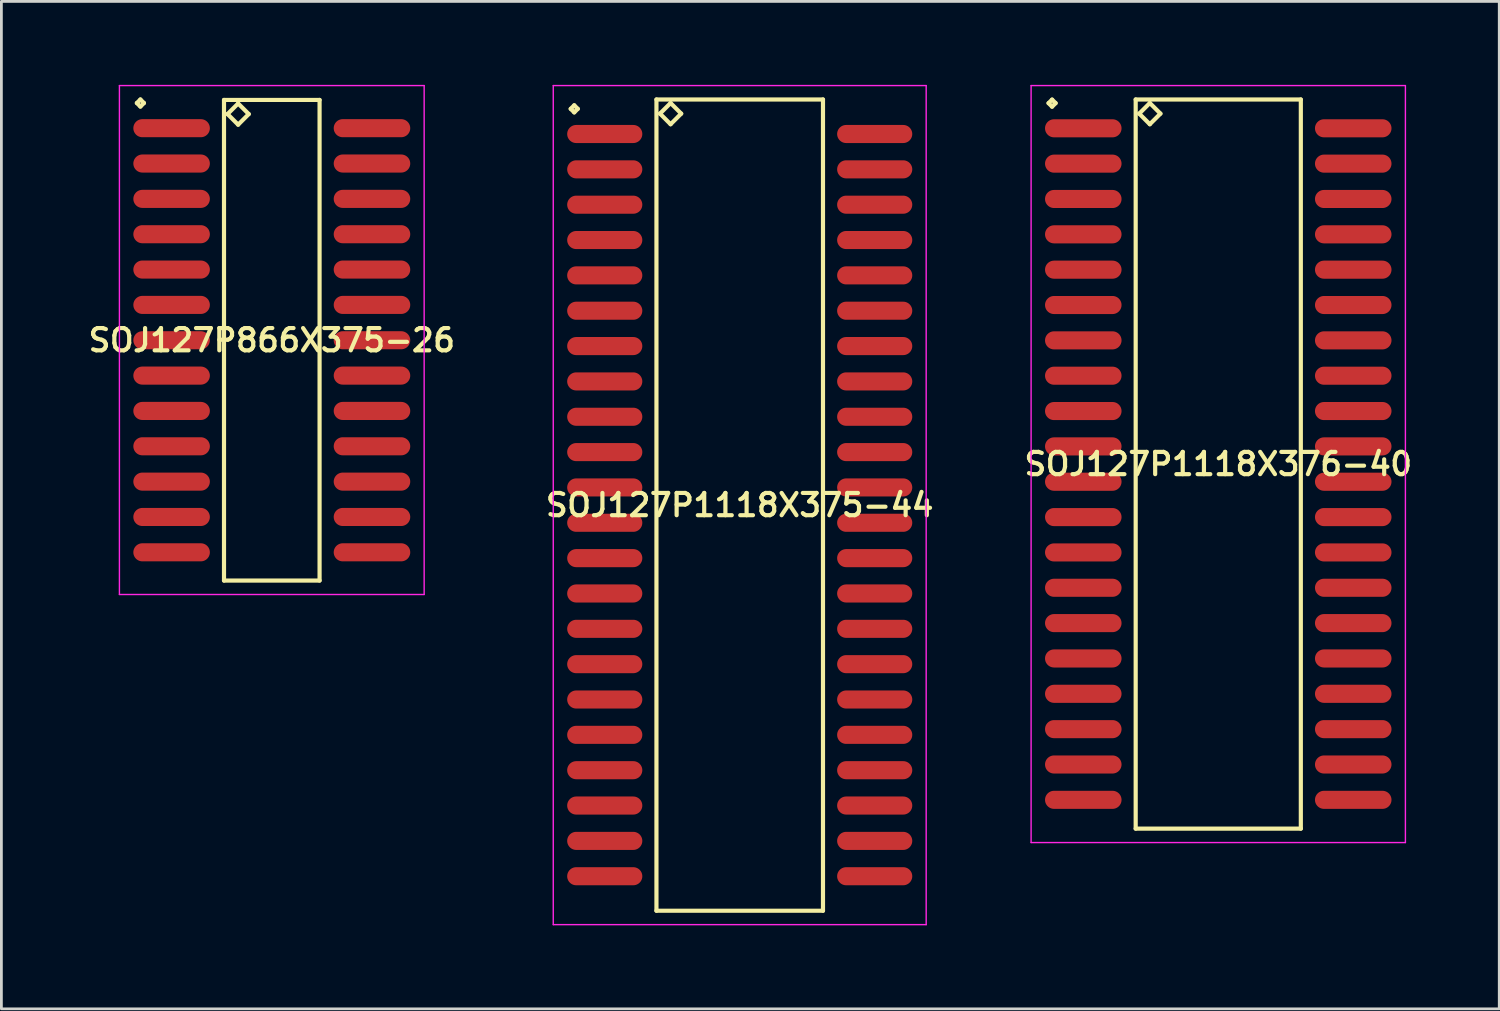
<source format=kicad_pcb>
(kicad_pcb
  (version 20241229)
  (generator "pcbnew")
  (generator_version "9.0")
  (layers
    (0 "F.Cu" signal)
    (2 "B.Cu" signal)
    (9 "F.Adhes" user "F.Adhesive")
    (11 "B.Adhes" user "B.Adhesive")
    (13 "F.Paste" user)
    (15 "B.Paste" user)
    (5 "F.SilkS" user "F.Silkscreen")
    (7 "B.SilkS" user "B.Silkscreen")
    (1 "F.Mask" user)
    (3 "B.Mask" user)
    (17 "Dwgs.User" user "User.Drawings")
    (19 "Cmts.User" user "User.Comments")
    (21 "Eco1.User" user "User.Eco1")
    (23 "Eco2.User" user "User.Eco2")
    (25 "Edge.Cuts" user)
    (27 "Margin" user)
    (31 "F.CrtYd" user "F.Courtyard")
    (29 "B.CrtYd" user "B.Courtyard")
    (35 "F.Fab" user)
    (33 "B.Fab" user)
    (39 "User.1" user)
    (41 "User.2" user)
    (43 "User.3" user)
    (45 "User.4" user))
  (footprint "SOJ127P866X375-26"
    (layer "F.Cu")
    (at 6.716 9.176)
    (property "Reference" "SOJ127P866X375-26" (at 0 0 0) (layer "F.SilkS") (effects (font (size 0.8 0.8) (thickness 0.15))))
    (attr smd)
    (fp_line (start -4.848 -8.524) (end -4.721 -8.651) (stroke (width 0.15) (type solid)) (layer "F.SilkS"))
    (fp_line (start -4.721 -8.651) (end -4.594 -8.524) (stroke (width 0.15) (type solid)) (layer "F.SilkS"))
    (fp_line (start -4.721 -8.397) (end -4.848 -8.524) (stroke (width 0.15) (type solid)) (layer "F.SilkS"))
    (fp_line (start -4.594 -8.524) (end -4.721 -8.397) (stroke (width 0.15) (type solid)) (layer "F.SilkS"))
    (fp_line (start -1.717 -8.635) (end -1.717 8.635) (stroke (width 0.15) (type solid)) (layer "F.SilkS"))
    (fp_line (start -1.717 8.635) (end 1.717 8.635) (stroke (width 0.15) (type solid)) (layer "F.SilkS"))
    (fp_line (start -1.59 -8.127) (end -1.209 -8.508) (stroke (width 0.15) (type solid)) (layer "F.SilkS"))
    (fp_line (start -1.209 -8.508) (end -0.828 -8.127) (stroke (width 0.15) (type solid)) (layer "F.SilkS"))
    (fp_line (start -1.209 -7.746) (end -1.59 -8.127) (stroke (width 0.15) (type solid)) (layer "F.SilkS"))
    (fp_line (start -0.828 -8.127) (end -1.209 -7.746) (stroke (width 0.15) (type solid)) (layer "F.SilkS"))
    (fp_line (start 1.717 -8.635) (end -1.717 -8.635) (stroke (width 0.15) (type solid)) (layer "F.SilkS"))
    (fp_line (start 1.717 8.635) (end 1.717 -8.635) (stroke (width 0.15) (type solid)) (layer "F.SilkS"))
    (fp_line (start -5.475 -9.151) (end 5.475 -9.151) (stroke (width 0.05) (type solid)) (layer "F.CrtYd"))
    (fp_line (start -5.475 9.135) (end -5.475 -9.151) (stroke (width 0.05) (type solid)) (layer "F.CrtYd"))
    (fp_line (start 5.475 -9.151) (end 5.475 9.135) (stroke (width 0.05) (type solid)) (layer "F.CrtYd"))
    (fp_line (start 5.475 9.135) (end -5.475 9.135) (stroke (width 0.05) (type solid)) (layer "F.CrtYd"))
    (pad "1" smd oval (at -3.6 -7.62) (size 2.75 0.65) (layers "F.Cu" "F.Mask" "F.Paste"))
    (pad "2" smd oval (at -3.6 -6.35) (size 2.75 0.65) (layers "F.Cu" "F.Mask" "F.Paste"))
    (pad "3" smd oval (at -3.6 -5.08) (size 2.75 0.65) (layers "F.Cu" "F.Mask" "F.Paste"))
    (pad "4" smd oval (at -3.6 -3.81) (size 2.75 0.65) (layers "F.Cu" "F.Mask" "F.Paste"))
    (pad "5" smd oval (at -3.6 -2.54) (size 2.75 0.65) (layers "F.Cu" "F.Mask" "F.Paste"))
    (pad "6" smd oval (at -3.6 -1.27) (size 2.75 0.65) (layers "F.Cu" "F.Mask" "F.Paste"))
    (pad "7" smd oval (at -3.6 0) (size 2.75 0.65) (layers "F.Cu" "F.Mask" "F.Paste"))
    (pad "8" smd oval (at -3.6 1.27) (size 2.75 0.65) (layers "F.Cu" "F.Mask" "F.Paste"))
    (pad "9" smd oval (at -3.6 2.54) (size 2.75 0.65) (layers "F.Cu" "F.Mask" "F.Paste"))
    (pad "10" smd oval (at -3.6 3.81) (size 2.75 0.65) (layers "F.Cu" "F.Mask" "F.Paste"))
    (pad "11" smd oval (at -3.6 5.08) (size 2.75 0.65) (layers "F.Cu" "F.Mask" "F.Paste"))
    (pad "12" smd oval (at -3.6 6.35) (size 2.75 0.65) (layers "F.Cu" "F.Mask" "F.Paste"))
    (pad "13" smd oval (at -3.6 7.62) (size 2.75 0.65) (layers "F.Cu" "F.Mask" "F.Paste"))
    (pad "14" smd oval (at 3.6 7.62) (size 2.75 0.65) (layers "F.Cu" "F.Mask" "F.Paste"))
    (pad "15" smd oval (at 3.6 6.35) (size 2.75 0.65) (layers "F.Cu" "F.Mask" "F.Paste"))
    (pad "16" smd oval (at 3.6 5.08) (size 2.75 0.65) (layers "F.Cu" "F.Mask" "F.Paste"))
    (pad "17" smd oval (at 3.6 3.81) (size 2.75 0.65) (layers "F.Cu" "F.Mask" "F.Paste"))
    (pad "18" smd oval (at 3.6 2.54) (size 2.75 0.65) (layers "F.Cu" "F.Mask" "F.Paste"))
    (pad "19" smd oval (at 3.6 1.27) (size 2.75 0.65) (layers "F.Cu" "F.Mask" "F.Paste"))
    (pad "20" smd oval (at 3.6 0) (size 2.75 0.65) (layers "F.Cu" "F.Mask" "F.Paste"))
    (pad "21" smd oval (at 3.6 -1.27) (size 2.75 0.65) (layers "F.Cu" "F.Mask" "F.Paste"))
    (pad "22" smd oval (at 3.6 -2.54) (size 2.75 0.65) (layers "F.Cu" "F.Mask" "F.Paste"))
    (pad "23" smd oval (at 3.6 -3.81) (size 2.75 0.65) (layers "F.Cu" "F.Mask" "F.Paste"))
    (pad "24" smd oval (at 3.6 -5.08) (size 2.75 0.65) (layers "F.Cu" "F.Mask" "F.Paste"))
    (pad "25" smd oval (at 3.6 -6.35) (size 2.75 0.65) (layers "F.Cu" "F.Mask" "F.Paste"))
    (pad "26" smd oval (at 3.6 -7.62) (size 2.75 0.65) (layers "F.Cu" "F.Mask" "F.Paste")))
  (footprint "SOJ127P1118X375-44"
    (layer "F.Cu")
    (at 23.53 15.1)
    (property "Reference" "SOJ127P1118X375-44" (at 0 0 0) (layer "F.SilkS") (effects (font (size 0.8 0.8) (thickness 0.15))))
    (attr smd)
    (fp_line (start -6.073 -14.239) (end -5.946 -14.366) (stroke (width 0.15) (type solid)) (layer "F.SilkS"))
    (fp_line (start -5.946 -14.366) (end -5.819 -14.239) (stroke (width 0.15) (type solid)) (layer "F.SilkS"))
    (fp_line (start -5.946 -14.112) (end -6.073 -14.239) (stroke (width 0.15) (type solid)) (layer "F.SilkS"))
    (fp_line (start -5.819 -14.239) (end -5.946 -14.112) (stroke (width 0.15) (type solid)) (layer "F.SilkS"))
    (fp_line (start -2.992 -14.575) (end -2.992 14.575) (stroke (width 0.15) (type solid)) (layer "F.SilkS"))
    (fp_line (start -2.992 14.575) (end 2.992 14.575) (stroke (width 0.15) (type solid)) (layer "F.SilkS"))
    (fp_line (start -2.865 -14.067) (end -2.484 -14.448) (stroke (width 0.15) (type solid)) (layer "F.SilkS"))
    (fp_line (start -2.484 -14.448) (end -2.103 -14.067) (stroke (width 0.15) (type solid)) (layer "F.SilkS"))
    (fp_line (start -2.484 -13.686) (end -2.865 -14.067) (stroke (width 0.15) (type solid)) (layer "F.SilkS"))
    (fp_line (start -2.103 -14.067) (end -2.484 -13.686) (stroke (width 0.15) (type solid)) (layer "F.SilkS"))
    (fp_line (start 2.992 -14.575) (end -2.992 -14.575) (stroke (width 0.15) (type solid)) (layer "F.SilkS"))
    (fp_line (start 2.992 14.575) (end 2.992 -14.575) (stroke (width 0.15) (type solid)) (layer "F.SilkS"))
    (fp_line (start -6.7 -15.075) (end 6.7 -15.075) (stroke (width 0.05) (type solid)) (layer "F.CrtYd"))
    (fp_line (start -6.7 15.075) (end -6.7 -15.075) (stroke (width 0.05) (type solid)) (layer "F.CrtYd"))
    (fp_line (start 6.7 -15.075) (end 6.7 15.075) (stroke (width 0.05) (type solid)) (layer "F.CrtYd"))
    (fp_line (start 6.7 15.075) (end -6.7 15.075) (stroke (width 0.05) (type solid)) (layer "F.CrtYd"))
    (pad "1" smd oval (at -4.85 -13.335) (size 2.7 0.65) (layers "F.Cu" "F.Mask" "F.Paste"))
    (pad "2" smd oval (at -4.85 -12.065) (size 2.7 0.65) (layers "F.Cu" "F.Mask" "F.Paste"))
    (pad "3" smd oval (at -4.85 -10.795) (size 2.7 0.65) (layers "F.Cu" "F.Mask" "F.Paste"))
    (pad "4" smd oval (at -4.85 -9.525) (size 2.7 0.65) (layers "F.Cu" "F.Mask" "F.Paste"))
    (pad "5" smd oval (at -4.85 -8.255) (size 2.7 0.65) (layers "F.Cu" "F.Mask" "F.Paste"))
    (pad "6" smd oval (at -4.85 -6.985) (size 2.7 0.65) (layers "F.Cu" "F.Mask" "F.Paste"))
    (pad "7" smd oval (at -4.85 -5.715) (size 2.7 0.65) (layers "F.Cu" "F.Mask" "F.Paste"))
    (pad "8" smd oval (at -4.85 -4.445) (size 2.7 0.65) (layers "F.Cu" "F.Mask" "F.Paste"))
    (pad "9" smd oval (at -4.85 -3.175) (size 2.7 0.65) (layers "F.Cu" "F.Mask" "F.Paste"))
    (pad "10" smd oval (at -4.85 -1.905) (size 2.7 0.65) (layers "F.Cu" "F.Mask" "F.Paste"))
    (pad "11" smd oval (at -4.85 -0.635) (size 2.7 0.65) (layers "F.Cu" "F.Mask" "F.Paste"))
    (pad "12" smd oval (at -4.85 0.635) (size 2.7 0.65) (layers "F.Cu" "F.Mask" "F.Paste"))
    (pad "13" smd oval (at -4.85 1.905) (size 2.7 0.65) (layers "F.Cu" "F.Mask" "F.Paste"))
    (pad "14" smd oval (at -4.85 3.175) (size 2.7 0.65) (layers "F.Cu" "F.Mask" "F.Paste"))
    (pad "15" smd oval (at -4.85 4.445) (size 2.7 0.65) (layers "F.Cu" "F.Mask" "F.Paste"))
    (pad "16" smd oval (at -4.85 5.715) (size 2.7 0.65) (layers "F.Cu" "F.Mask" "F.Paste"))
    (pad "17" smd oval (at -4.85 6.985) (size 2.7 0.65) (layers "F.Cu" "F.Mask" "F.Paste"))
    (pad "18" smd oval (at -4.85 8.255) (size 2.7 0.65) (layers "F.Cu" "F.Mask" "F.Paste"))
    (pad "19" smd oval (at -4.85 9.525) (size 2.7 0.65) (layers "F.Cu" "F.Mask" "F.Paste"))
    (pad "20" smd oval (at -4.85 10.795) (size 2.7 0.65) (layers "F.Cu" "F.Mask" "F.Paste"))
    (pad "21" smd oval (at -4.85 12.065) (size 2.7 0.65) (layers "F.Cu" "F.Mask" "F.Paste"))
    (pad "22" smd oval (at -4.85 13.335) (size 2.7 0.65) (layers "F.Cu" "F.Mask" "F.Paste"))
    (pad "23" smd oval (at 4.85 13.335) (size 2.7 0.65) (layers "F.Cu" "F.Mask" "F.Paste"))
    (pad "24" smd oval (at 4.85 12.065) (size 2.7 0.65) (layers "F.Cu" "F.Mask" "F.Paste"))
    (pad "25" smd oval (at 4.85 10.795) (size 2.7 0.65) (layers "F.Cu" "F.Mask" "F.Paste"))
    (pad "26" smd oval (at 4.85 9.525) (size 2.7 0.65) (layers "F.Cu" "F.Mask" "F.Paste"))
    (pad "27" smd oval (at 4.85 8.255) (size 2.7 0.65) (layers "F.Cu" "F.Mask" "F.Paste"))
    (pad "28" smd oval (at 4.85 6.985) (size 2.7 0.65) (layers "F.Cu" "F.Mask" "F.Paste"))
    (pad "29" smd oval (at 4.85 5.715) (size 2.7 0.65) (layers "F.Cu" "F.Mask" "F.Paste"))
    (pad "30" smd oval (at 4.85 4.445) (size 2.7 0.65) (layers "F.Cu" "F.Mask" "F.Paste"))
    (pad "31" smd oval (at 4.85 3.175) (size 2.7 0.65) (layers "F.Cu" "F.Mask" "F.Paste"))
    (pad "32" smd oval (at 4.85 1.905) (size 2.7 0.65) (layers "F.Cu" "F.Mask" "F.Paste"))
    (pad "33" smd oval (at 4.85 0.635) (size 2.7 0.65) (layers "F.Cu" "F.Mask" "F.Paste"))
    (pad "34" smd oval (at 4.85 -0.635) (size 2.7 0.65) (layers "F.Cu" "F.Mask" "F.Paste"))
    (pad "35" smd oval (at 4.85 -1.905) (size 2.7 0.65) (layers "F.Cu" "F.Mask" "F.Paste"))
    (pad "36" smd oval (at 4.85 -3.175) (size 2.7 0.65) (layers "F.Cu" "F.Mask" "F.Paste"))
    (pad "37" smd oval (at 4.85 -4.445) (size 2.7 0.65) (layers "F.Cu" "F.Mask" "F.Paste"))
    (pad "38" smd oval (at 4.85 -5.715) (size 2.7 0.65) (layers "F.Cu" "F.Mask" "F.Paste"))
    (pad "39" smd oval (at 4.85 -6.985) (size 2.7 0.65) (layers "F.Cu" "F.Mask" "F.Paste"))
    (pad "40" smd oval (at 4.85 -8.255) (size 2.7 0.65) (layers "F.Cu" "F.Mask" "F.Paste"))
    (pad "41" smd oval (at 4.85 -9.525) (size 2.7 0.65) (layers "F.Cu" "F.Mask" "F.Paste"))
    (pad "42" smd oval (at 4.85 -10.795) (size 2.7 0.65) (layers "F.Cu" "F.Mask" "F.Paste"))
    (pad "43" smd oval (at 4.85 -12.065) (size 2.7 0.65) (layers "F.Cu" "F.Mask" "F.Paste"))
    (pad "44" smd oval (at 4.85 -13.335) (size 2.7 0.65) (layers "F.Cu" "F.Mask" "F.Paste")))
  (footprint "SOJ127P1118X376-40"
    (layer "F.Cu")
    (at 40.725 13.625)
    (property "Reference" "SOJ127P1118X376-40" (at 0 0 0) (layer "F.SilkS") (effects (font (size 0.8 0.8) (thickness 0.15))))
    (attr smd)
    (fp_line (start -6.098 -12.969) (end -5.971 -13.096) (stroke (width 0.15) (type solid)) (layer "F.SilkS"))
    (fp_line (start -5.971 -13.096) (end -5.844 -12.969) (stroke (width 0.15) (type solid)) (layer "F.SilkS"))
    (fp_line (start -5.971 -12.842) (end -6.098 -12.969) (stroke (width 0.15) (type solid)) (layer "F.SilkS"))
    (fp_line (start -5.844 -12.969) (end -5.971 -12.842) (stroke (width 0.15) (type solid)) (layer "F.SilkS"))
    (fp_line (start -2.967 -13.1) (end -2.967 13.1) (stroke (width 0.15) (type solid)) (layer "F.SilkS"))
    (fp_line (start -2.967 13.1) (end 2.967 13.1) (stroke (width 0.15) (type solid)) (layer "F.SilkS"))
    (fp_line (start -2.84 -12.592) (end -2.459 -12.973) (stroke (width 0.15) (type solid)) (layer "F.SilkS"))
    (fp_line (start -2.459 -12.973) (end -2.078 -12.592) (stroke (width 0.15) (type solid)) (layer "F.SilkS"))
    (fp_line (start -2.459 -12.211) (end -2.84 -12.592) (stroke (width 0.15) (type solid)) (layer "F.SilkS"))
    (fp_line (start -2.078 -12.592) (end -2.459 -12.211) (stroke (width 0.15) (type solid)) (layer "F.SilkS"))
    (fp_line (start 2.967 -13.1) (end -2.967 -13.1) (stroke (width 0.15) (type solid)) (layer "F.SilkS"))
    (fp_line (start 2.967 13.1) (end 2.967 -13.1) (stroke (width 0.15) (type solid)) (layer "F.SilkS"))
    (fp_line (start -6.725 -13.6) (end 6.725 -13.6) (stroke (width 0.05) (type solid)) (layer "F.CrtYd"))
    (fp_line (start -6.725 13.6) (end -6.725 -13.6) (stroke (width 0.05) (type solid)) (layer "F.CrtYd"))
    (fp_line (start 6.725 -13.6) (end 6.725 13.6) (stroke (width 0.05) (type solid)) (layer "F.CrtYd"))
    (fp_line (start 6.725 13.6) (end -6.725 13.6) (stroke (width 0.05) (type solid)) (layer "F.CrtYd"))
    (pad "1" smd oval (at -4.85 -12.065) (size 2.75 0.65) (layers "F.Cu" "F.Mask" "F.Paste"))
    (pad "2" smd oval (at -4.85 -10.795) (size 2.75 0.65) (layers "F.Cu" "F.Mask" "F.Paste"))
    (pad "3" smd oval (at -4.85 -9.525) (size 2.75 0.65) (layers "F.Cu" "F.Mask" "F.Paste"))
    (pad "4" smd oval (at -4.85 -8.255) (size 2.75 0.65) (layers "F.Cu" "F.Mask" "F.Paste"))
    (pad "5" smd oval (at -4.85 -6.985) (size 2.75 0.65) (layers "F.Cu" "F.Mask" "F.Paste"))
    (pad "6" smd oval (at -4.85 -5.715) (size 2.75 0.65) (layers "F.Cu" "F.Mask" "F.Paste"))
    (pad "7" smd oval (at -4.85 -4.445) (size 2.75 0.65) (layers "F.Cu" "F.Mask" "F.Paste"))
    (pad "8" smd oval (at -4.85 -3.175) (size 2.75 0.65) (layers "F.Cu" "F.Mask" "F.Paste"))
    (pad "9" smd oval (at -4.85 -1.905) (size 2.75 0.65) (layers "F.Cu" "F.Mask" "F.Paste"))
    (pad "10" smd oval (at -4.85 -0.635) (size 2.75 0.65) (layers "F.Cu" "F.Mask" "F.Paste"))
    (pad "11" smd oval (at -4.85 0.635) (size 2.75 0.65) (layers "F.Cu" "F.Mask" "F.Paste"))
    (pad "12" smd oval (at -4.85 1.905) (size 2.75 0.65) (layers "F.Cu" "F.Mask" "F.Paste"))
    (pad "13" smd oval (at -4.85 3.175) (size 2.75 0.65) (layers "F.Cu" "F.Mask" "F.Paste"))
    (pad "14" smd oval (at -4.85 4.445) (size 2.75 0.65) (layers "F.Cu" "F.Mask" "F.Paste"))
    (pad "15" smd oval (at -4.85 5.715) (size 2.75 0.65) (layers "F.Cu" "F.Mask" "F.Paste"))
    (pad "16" smd oval (at -4.85 6.985) (size 2.75 0.65) (layers "F.Cu" "F.Mask" "F.Paste"))
    (pad "17" smd oval (at -4.85 8.255) (size 2.75 0.65) (layers "F.Cu" "F.Mask" "F.Paste"))
    (pad "18" smd oval (at -4.85 9.525) (size 2.75 0.65) (layers "F.Cu" "F.Mask" "F.Paste"))
    (pad "19" smd oval (at -4.85 10.795) (size 2.75 0.65) (layers "F.Cu" "F.Mask" "F.Paste"))
    (pad "20" smd oval (at -4.85 12.065) (size 2.75 0.65) (layers "F.Cu" "F.Mask" "F.Paste"))
    (pad "21" smd oval (at 4.85 12.065) (size 2.75 0.65) (layers "F.Cu" "F.Mask" "F.Paste"))
    (pad "22" smd oval (at 4.85 10.795) (size 2.75 0.65) (layers "F.Cu" "F.Mask" "F.Paste"))
    (pad "23" smd oval (at 4.85 9.525) (size 2.75 0.65) (layers "F.Cu" "F.Mask" "F.Paste"))
    (pad "24" smd oval (at 4.85 8.255) (size 2.75 0.65) (layers "F.Cu" "F.Mask" "F.Paste"))
    (pad "25" smd oval (at 4.85 6.985) (size 2.75 0.65) (layers "F.Cu" "F.Mask" "F.Paste"))
    (pad "26" smd oval (at 4.85 5.715) (size 2.75 0.65) (layers "F.Cu" "F.Mask" "F.Paste"))
    (pad "27" smd oval (at 4.85 4.445) (size 2.75 0.65) (layers "F.Cu" "F.Mask" "F.Paste"))
    (pad "28" smd oval (at 4.85 3.175) (size 2.75 0.65) (layers "F.Cu" "F.Mask" "F.Paste"))
    (pad "29" smd oval (at 4.85 1.905) (size 2.75 0.65) (layers "F.Cu" "F.Mask" "F.Paste"))
    (pad "30" smd oval (at 4.85 0.635) (size 2.75 0.65) (layers "F.Cu" "F.Mask" "F.Paste"))
    (pad "31" smd oval (at 4.85 -0.635) (size 2.75 0.65) (layers "F.Cu" "F.Mask" "F.Paste"))
    (pad "32" smd oval (at 4.85 -1.905) (size 2.75 0.65) (layers "F.Cu" "F.Mask" "F.Paste"))
    (pad "33" smd oval (at 4.85 -3.175) (size 2.75 0.65) (layers "F.Cu" "F.Mask" "F.Paste"))
    (pad "34" smd oval (at 4.85 -4.445) (size 2.75 0.65) (layers "F.Cu" "F.Mask" "F.Paste"))
    (pad "35" smd oval (at 4.85 -5.715) (size 2.75 0.65) (layers "F.Cu" "F.Mask" "F.Paste"))
    (pad "36" smd oval (at 4.85 -6.985) (size 2.75 0.65) (layers "F.Cu" "F.Mask" "F.Paste"))
    (pad "37" smd oval (at 4.85 -8.255) (size 2.75 0.65) (layers "F.Cu" "F.Mask" "F.Paste"))
    (pad "38" smd oval (at 4.85 -9.525) (size 2.75 0.65) (layers "F.Cu" "F.Mask" "F.Paste"))
    (pad "39" smd oval (at 4.85 -10.795) (size 2.75 0.65) (layers "F.Cu" "F.Mask" "F.Paste"))
    (pad "40" smd oval (at 4.85 -12.065) (size 2.75 0.65) (layers "F.Cu" "F.Mask" "F.Paste")))
  (gr_rect
    (start -3 -3)
    (end 50.822 33.2)
    (stroke (width 0.1) (type default))
    (fill no)
    (layer "Edge.Cuts")))
</source>
